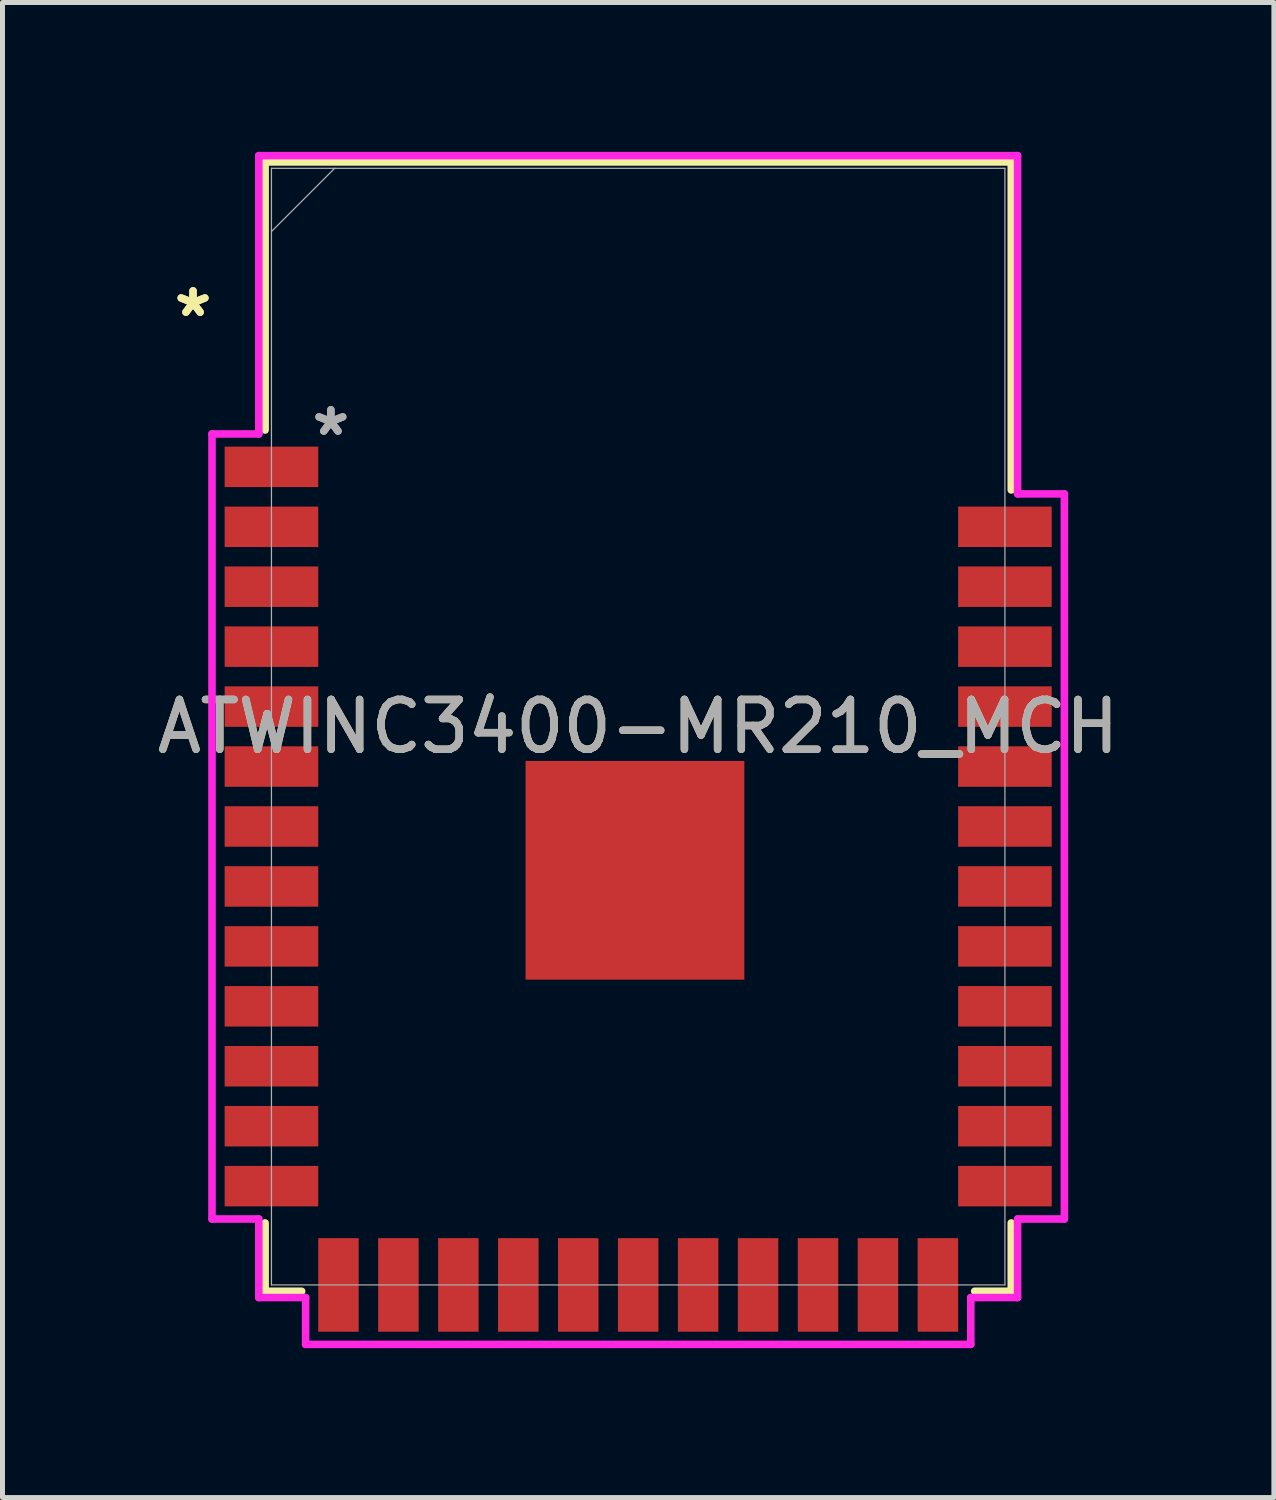
<source format=kicad_pcb>
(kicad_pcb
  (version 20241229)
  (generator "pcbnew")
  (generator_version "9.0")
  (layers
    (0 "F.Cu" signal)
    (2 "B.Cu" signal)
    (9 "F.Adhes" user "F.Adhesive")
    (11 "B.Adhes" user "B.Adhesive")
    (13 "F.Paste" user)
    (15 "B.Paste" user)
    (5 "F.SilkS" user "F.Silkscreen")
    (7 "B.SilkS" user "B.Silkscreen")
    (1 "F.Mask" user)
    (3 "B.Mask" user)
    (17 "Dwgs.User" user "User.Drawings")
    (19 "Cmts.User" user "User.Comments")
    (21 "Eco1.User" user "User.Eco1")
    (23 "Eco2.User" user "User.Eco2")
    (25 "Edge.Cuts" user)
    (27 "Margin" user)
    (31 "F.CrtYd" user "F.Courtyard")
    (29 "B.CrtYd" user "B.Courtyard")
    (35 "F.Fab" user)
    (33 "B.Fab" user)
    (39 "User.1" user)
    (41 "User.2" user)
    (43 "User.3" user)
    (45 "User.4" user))
  (footprint "ATWINC3400-MR210_MCH"
    (layer "F.Cu")
    (at 9.768 11.544)
    (property "Reference" "ATWINC3400-MR210_MCH" (at 0 0 0) (unlocked yes) (layer "F.SilkS") (effects (font (size 1 1) (thickness 0.15))))
    (attr smd)
    (fp_line (start -7.493 -11.341) (end -7.493 -5.957) (stroke (width 0.152) (type solid)) (layer "F.SilkS"))
    (fp_line (start -7.493 9.969) (end -7.493 11.341) (stroke (width 0.152) (type solid)) (layer "F.SilkS"))
    (fp_line (start -7.493 11.341) (end -6.759 11.341) (stroke (width 0.152) (type solid)) (layer "F.SilkS"))
    (fp_line (start 6.759 11.341) (end 7.493 11.341) (stroke (width 0.152) (type solid)) (layer "F.SilkS"))
    (fp_line (start 7.493 -11.341) (end -7.493 -11.341) (stroke (width 0.152) (type solid)) (layer "F.SilkS"))
    (fp_line (start 7.493 -4.753) (end 7.493 -11.341) (stroke (width 0.152) (type solid)) (layer "F.SilkS"))
    (fp_line (start 7.493 11.341) (end 7.493 9.969) (stroke (width 0.152) (type solid)) (layer "F.SilkS"))
    (fp_poly (pts (xy -2.162 0.789) (xy -2.162 2.054) (xy -0.897 2.054) (xy -0.897 0.789)) (stroke (width 0) (type solid)) (fill yes) (layer "F.Paste"))
    (fp_poly (pts (xy -2.162 2.254) (xy -2.162 3.518) (xy -0.897 3.518) (xy -0.897 2.254)) (stroke (width 0) (type solid)) (fill yes) (layer "F.Paste"))
    (fp_poly (pts (xy -2.162 3.718) (xy -2.162 4.983) (xy -0.897 4.983) (xy -0.897 3.718)) (stroke (width 0) (type solid)) (fill yes) (layer "F.Paste"))
    (fp_poly (pts (xy -0.697 0.789) (xy -0.697 2.054) (xy 0.567 2.054) (xy 0.567 0.789)) (stroke (width 0) (type solid)) (fill yes) (layer "F.Paste"))
    (fp_poly (pts (xy -0.697 2.254) (xy -0.697 3.518) (xy 0.567 3.518) (xy 0.567 2.254)) (stroke (width 0) (type solid)) (fill yes) (layer "F.Paste"))
    (fp_poly (pts (xy -0.697 3.718) (xy -0.697 4.983) (xy 0.567 4.983) (xy 0.567 3.718)) (stroke (width 0) (type solid)) (fill yes) (layer "F.Paste"))
    (fp_poly (pts (xy 0.767 0.789) (xy 0.767 2.054) (xy 2.032 2.054) (xy 2.032 0.789)) (stroke (width 0) (type solid)) (fill yes) (layer "F.Paste"))
    (fp_poly (pts (xy 0.767 2.254) (xy 0.767 3.518) (xy 2.032 3.518) (xy 2.032 2.254)) (stroke (width 0) (type solid)) (fill yes) (layer "F.Paste"))
    (fp_poly (pts (xy 0.767 3.718) (xy 0.767 4.983) (xy 2.032 4.983) (xy 2.032 3.718)) (stroke (width 0) (type solid)) (fill yes) (layer "F.Paste"))
    (fp_poly (pts (xy -7.366 -11.214) (xy 7.366 -11.214) (xy 7.366 -4.712) (xy 1.372 -4.712) (xy 1.372 -6.718) (xy -7.366 -6.718)) (stroke (width 0.1) (type solid)) (fill no) (layer "Eco2.User"))
    (fp_line (start -8.56 -5.878) (end -8.56 9.89) (stroke (width 0.152) (type solid)) (layer "F.CrtYd"))
    (fp_line (start -8.56 9.89) (end -7.62 9.89) (stroke (width 0.152) (type solid)) (layer "F.CrtYd"))
    (fp_line (start -7.62 -11.468) (end -7.62 -5.878) (stroke (width 0.152) (type solid)) (layer "F.CrtYd"))
    (fp_line (start -7.62 -5.878) (end -8.56 -5.878) (stroke (width 0.152) (type solid)) (layer "F.CrtYd"))
    (fp_line (start -7.62 9.89) (end -7.62 11.468) (stroke (width 0.152) (type solid)) (layer "F.CrtYd"))
    (fp_line (start -7.62 11.468) (end -6.68 11.468) (stroke (width 0.152) (type solid)) (layer "F.CrtYd"))
    (fp_line (start -6.68 11.468) (end -6.68 12.408) (stroke (width 0.152) (type solid)) (layer "F.CrtYd"))
    (fp_line (start -6.68 12.408) (end 6.68 12.408) (stroke (width 0.152) (type solid)) (layer "F.CrtYd"))
    (fp_line (start 6.68 11.468) (end 7.62 11.468) (stroke (width 0.152) (type solid)) (layer "F.CrtYd"))
    (fp_line (start 6.68 12.408) (end 6.68 11.468) (stroke (width 0.152) (type solid)) (layer "F.CrtYd"))
    (fp_line (start 7.62 -11.468) (end -7.62 -11.468) (stroke (width 0.152) (type solid)) (layer "F.CrtYd"))
    (fp_line (start 7.62 -4.674) (end 7.62 -11.468) (stroke (width 0.152) (type solid)) (layer "F.CrtYd"))
    (fp_line (start 7.62 9.89) (end 8.56 9.89) (stroke (width 0.152) (type solid)) (layer "F.CrtYd"))
    (fp_line (start 7.62 11.468) (end 7.62 9.89) (stroke (width 0.152) (type solid)) (layer "F.CrtYd"))
    (fp_line (start 8.56 -4.674) (end 7.62 -4.674) (stroke (width 0.152) (type solid)) (layer "F.CrtYd"))
    (fp_line (start 8.56 9.89) (end 8.56 -4.674) (stroke (width 0.152) (type solid)) (layer "F.CrtYd"))
    (fp_line (start -7.366 -11.214) (end -7.366 11.214) (stroke (width 0.025) (type solid)) (layer "F.Fab"))
    (fp_line (start -7.366 -9.944) (end -6.096 -11.214) (stroke (width 0.025) (type solid)) (layer "F.Fab"))
    (fp_line (start -7.366 11.214) (end 7.366 11.214) (stroke (width 0.025) (type solid)) (layer "F.Fab"))
    (fp_line (start 7.366 -11.214) (end -7.366 -11.214) (stroke (width 0.025) (type solid)) (layer "F.Fab"))
    (fp_line (start 7.366 11.214) (end 7.366 -11.214) (stroke (width 0.025) (type solid)) (layer "F.Fab"))
    (fp_text user "*" (at -8.941 -8.207 0) (unlocked yes) (layer "F.SilkS") (effects (font (size 1 1) (thickness 0.15))))
    (fp_text user "*" (at -8.941 -8.207 0) (layer "F.SilkS") (effects (font (size 1 1) (thickness 0.15))))
    (fp_text user "${REFERENCE}" (at 0 0 0) (unlocked yes) (layer "F.Fab") (effects (font (size 1 1) (thickness 0.15))))
    (fp_text user "*" (at -6.172 -5.819 0) (layer "F.Fab") (effects (font (size 1 1) (thickness 0.15))))
    (fp_text user "*" (at -6.172 -5.819 0) (unlocked yes) (layer "F.Fab") (effects (font (size 1 1) (thickness 0.15))))
    (pad "1" smd rect (at -7.366 -5.217 90) (size 0.813 1.88) (layers "F.Cu" "F.Mask" "F.Paste"))
    (pad "2" smd rect (at -7.366 -4.013 90) (size 0.813 1.88) (layers "F.Cu" "F.Mask" "F.Paste"))
    (pad "3" smd rect (at -7.366 -2.81 90) (size 0.813 1.88) (layers "F.Cu" "F.Mask" "F.Paste"))
    (pad "4" smd rect (at -7.366 -1.606 90) (size 0.813 1.88) (layers "F.Cu" "F.Mask" "F.Paste"))
    (pad "5" smd rect (at -7.366 -0.402 90) (size 0.813 1.88) (layers "F.Cu" "F.Mask" "F.Paste"))
    (pad "6" smd rect (at -7.366 0.802 90) (size 0.813 1.88) (layers "F.Cu" "F.Mask" "F.Paste"))
    (pad "7" smd rect (at -7.366 2.006 90) (size 0.813 1.88) (layers "F.Cu" "F.Mask" "F.Paste"))
    (pad "8" smd rect (at -7.366 3.21 90) (size 0.813 1.88) (layers "F.Cu" "F.Mask" "F.Paste"))
    (pad "9" smd rect (at -7.366 4.414 90) (size 0.813 1.88) (layers "F.Cu" "F.Mask" "F.Paste"))
    (pad "10" smd rect (at -7.366 5.618 90) (size 0.813 1.88) (layers "F.Cu" "F.Mask" "F.Paste"))
    (pad "11" smd rect (at -7.366 6.822 90) (size 0.813 1.88) (layers "F.Cu" "F.Mask" "F.Paste"))
    (pad "12" smd rect (at -7.366 8.026 90) (size 0.813 1.88) (layers "F.Cu" "F.Mask" "F.Paste"))
    (pad "13" smd rect (at -7.366 9.23 90) (size 0.813 1.88) (layers "F.Cu" "F.Mask" "F.Paste"))
    (pad "14" smd rect (at -6.02 11.214) (size 0.813 1.88) (layers "F.Cu" "F.Mask" "F.Paste"))
    (pad "15" smd rect (at -4.816 11.214) (size 0.813 1.88) (layers "F.Cu" "F.Mask" "F.Paste"))
    (pad "16" smd rect (at -3.612 11.214) (size 0.813 1.88) (layers "F.Cu" "F.Mask" "F.Paste"))
    (pad "17" smd rect (at -2.408 11.214) (size 0.813 1.88) (layers "F.Cu" "F.Mask" "F.Paste"))
    (pad "18" smd rect (at -1.204 11.214) (size 0.813 1.88) (layers "F.Cu" "F.Mask" "F.Paste"))
    (pad "19" smd rect (at 0 11.214) (size 0.813 1.88) (layers "F.Cu" "F.Mask" "F.Paste"))
    (pad "20" smd rect (at 1.204 11.214) (size 0.813 1.88) (layers "F.Cu" "F.Mask" "F.Paste"))
    (pad "21" smd rect (at 2.408 11.214) (size 0.813 1.88) (layers "F.Cu" "F.Mask" "F.Paste"))
    (pad "22" smd rect (at 3.612 11.214) (size 0.813 1.88) (layers "F.Cu" "F.Mask" "F.Paste"))
    (pad "23" smd rect (at 4.816 11.214) (size 0.813 1.88) (layers "F.Cu" "F.Mask" "F.Paste"))
    (pad "24" smd rect (at 6.02 11.214) (size 0.813 1.88) (layers "F.Cu" "F.Mask" "F.Paste"))
    (pad "25" smd rect (at 7.366 9.23 90) (size 0.813 1.88) (layers "F.Cu" "F.Mask" "F.Paste"))
    (pad "26" smd rect (at 7.366 8.026 90) (size 0.813 1.88) (layers "F.Cu" "F.Mask" "F.Paste"))
    (pad "27" smd rect (at 7.366 6.822 90) (size 0.813 1.88) (layers "F.Cu" "F.Mask" "F.Paste"))
    (pad "28" smd rect (at 7.366 5.618 90) (size 0.813 1.88) (layers "F.Cu" "F.Mask" "F.Paste"))
    (pad "29" smd rect (at 7.366 4.414 90) (size 0.813 1.88) (layers "F.Cu" "F.Mask" "F.Paste"))
    (pad "30" smd rect (at 7.366 3.21 90) (size 0.813 1.88) (layers "F.Cu" "F.Mask" "F.Paste"))
    (pad "31" smd rect (at 7.366 2.006 90) (size 0.813 1.88) (layers "F.Cu" "F.Mask" "F.Paste"))
    (pad "32" smd rect (at 7.366 0.802 90) (size 0.813 1.88) (layers "F.Cu" "F.Mask" "F.Paste"))
    (pad "33" smd rect (at 7.366 -0.402 90) (size 0.813 1.88) (layers "F.Cu" "F.Mask" "F.Paste"))
    (pad "34" smd rect (at 7.366 -1.606 90) (size 0.813 1.88) (layers "F.Cu" "F.Mask" "F.Paste"))
    (pad "35" smd rect (at 7.366 -2.81 90) (size 0.813 1.88) (layers "F.Cu" "F.Mask" "F.Paste"))
    (pad "36" smd rect (at 7.366 -4.013 90) (size 0.813 1.88) (layers "F.Cu" "F.Mask" "F.Paste"))
    (pad "37" smd rect (at -0.065 2.886) (size 4.394 4.394) (layers "F.Cu" "F.Mask" "F.Paste")))
  (gr_rect
    (start -3 -3)
    (end 22.536 27.028)
    (stroke (width 0.1) (type default))
    (fill no)
    (layer "Edge.Cuts")))
</source>
